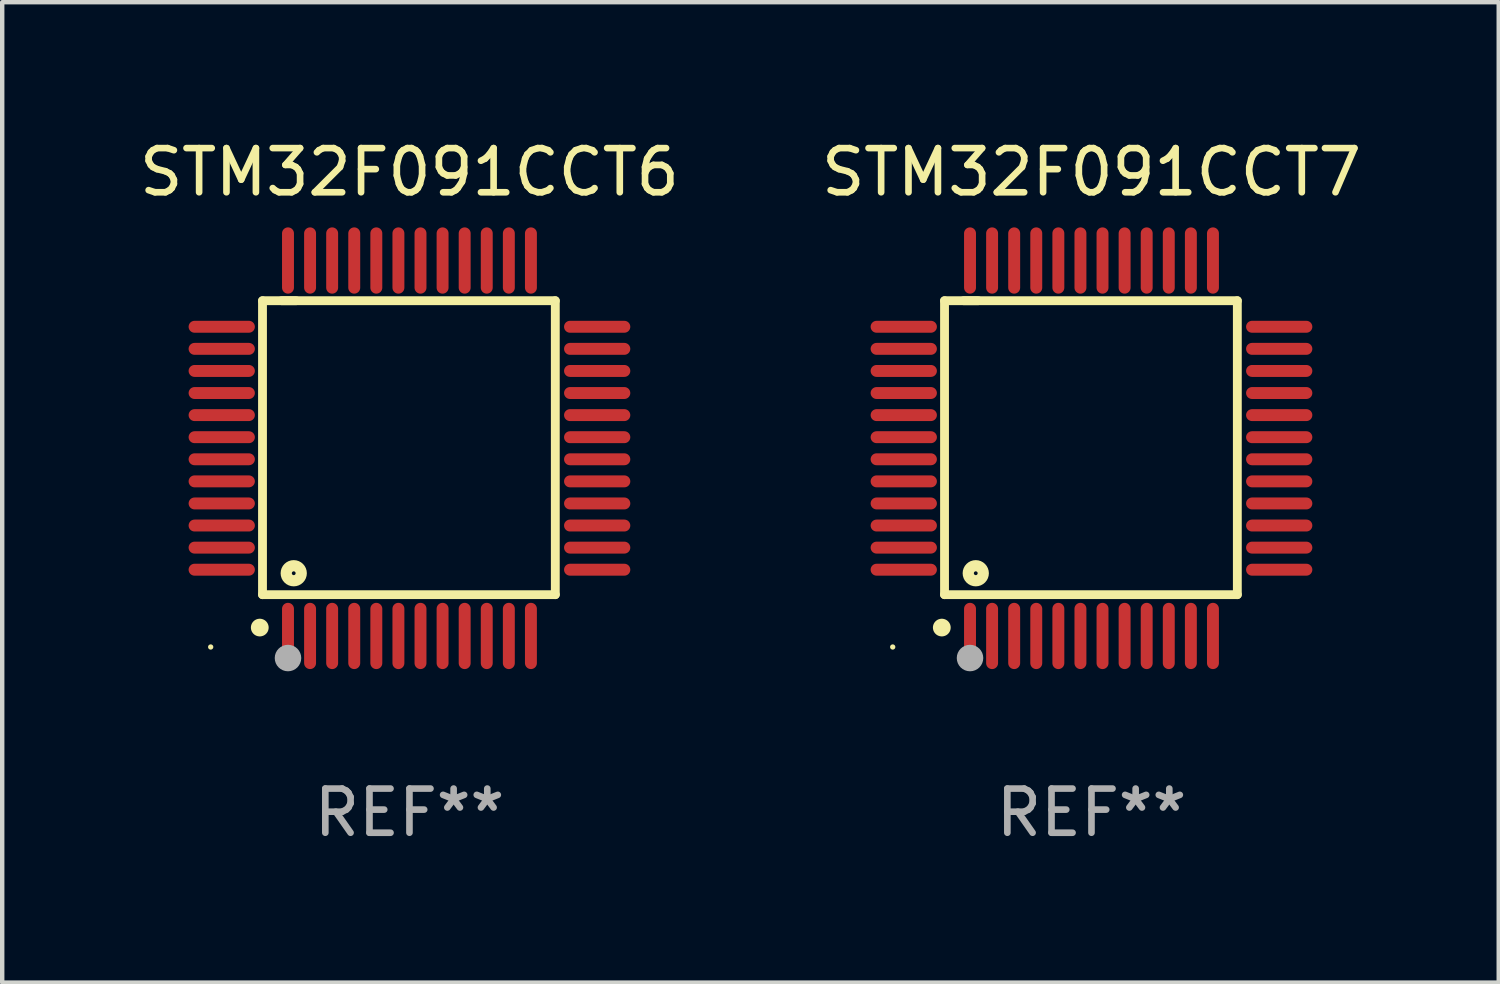
<source format=kicad_pcb>
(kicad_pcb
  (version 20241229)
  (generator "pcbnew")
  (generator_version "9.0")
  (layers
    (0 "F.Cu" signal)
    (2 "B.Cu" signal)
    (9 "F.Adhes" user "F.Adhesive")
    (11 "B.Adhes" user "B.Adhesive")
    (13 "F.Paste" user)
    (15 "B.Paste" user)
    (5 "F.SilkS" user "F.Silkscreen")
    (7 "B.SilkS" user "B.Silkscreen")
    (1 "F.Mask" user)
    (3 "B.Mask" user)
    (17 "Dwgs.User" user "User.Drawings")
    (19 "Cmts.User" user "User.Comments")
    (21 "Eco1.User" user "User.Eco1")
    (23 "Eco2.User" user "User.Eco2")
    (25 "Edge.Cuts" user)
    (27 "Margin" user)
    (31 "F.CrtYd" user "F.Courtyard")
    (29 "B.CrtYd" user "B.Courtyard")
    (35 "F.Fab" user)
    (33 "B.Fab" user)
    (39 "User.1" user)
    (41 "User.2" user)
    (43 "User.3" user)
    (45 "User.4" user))
  (footprint "STM32F091CCT7"
    (layer "F.Cu")
    (at 21.661 7.098)
    (property "Reference" "STM32F091CCT7" (at 0 -6.25 0) (layer "F.SilkS") (effects (font (size 1 1) (thickness 0.15))))
    (attr through_hole)
    (fp_line (start -3.327 -3.34) (end -2.565 -3.34) (stroke (width 0.2) (type solid)) (layer "F.SilkS"))
    (fp_line (start -3.327 3.315) (end -3.327 -3.34) (stroke (width 0.2) (type solid)) (layer "F.SilkS"))
    (fp_line (start -2.896 -3.34) (end 3.302 -3.34) (stroke (width 0.2) (type solid)) (layer "F.SilkS"))
    (fp_line (start 3.302 -3.34) (end 3.302 3.315) (stroke (width 0.2) (type solid)) (layer "F.SilkS"))
    (fp_line (start 3.302 3.315) (end -3.327 3.315) (stroke (width 0.2) (type solid)) (layer "F.SilkS"))
    (fp_arc (start -3.389992 4.059995) (mid -3.388722 4.059991) (end -3.387452 4.059995) (stroke (width 0.4) (type solid)) (layer "F.SilkS"))
    (fp_circle (center -4.5 4.5) (end -4.47 4.5) (stroke (width 0.06) (type solid)) (fill no) (layer "F.SilkS"))
    (fp_circle (center -2.62 2.83) (end -2.45 2.83) (stroke (width 0.254) (type solid)) (fill no) (layer "F.SilkS"))
    (fp_circle (center -2.75 4.75) (end -2.6 4.75) (stroke (width 0.3) (type solid)) (fill no) (layer "F.Fab"))
    (fp_text user "REF**" (at 0 8.25 0) (layer "F.Fab") (effects (font (size 1 1) (thickness 0.15))))
    (pad "1" smd oval (at -2.75 4.25) (size 0.27 1.5) (layers "F.Cu" "F.Mask" "F.Paste"))
    (pad "2" smd oval (at -2.25 4.25) (size 0.27 1.5) (layers "F.Cu" "F.Mask" "F.Paste"))
    (pad "3" smd oval (at -1.75 4.25) (size 0.27 1.5) (layers "F.Cu" "F.Mask" "F.Paste"))
    (pad "4" smd oval (at -1.25 4.25) (size 0.27 1.5) (layers "F.Cu" "F.Mask" "F.Paste"))
    (pad "5" smd oval (at -0.75 4.25) (size 0.27 1.5) (layers "F.Cu" "F.Mask" "F.Paste"))
    (pad "6" smd oval (at -0.25 4.25) (size 0.27 1.5) (layers "F.Cu" "F.Mask" "F.Paste"))
    (pad "7" smd oval (at 0.25 4.25) (size 0.27 1.5) (layers "F.Cu" "F.Mask" "F.Paste"))
    (pad "8" smd oval (at 0.75 4.25) (size 0.27 1.5) (layers "F.Cu" "F.Mask" "F.Paste"))
    (pad "9" smd oval (at 1.25 4.25) (size 0.27 1.5) (layers "F.Cu" "F.Mask" "F.Paste"))
    (pad "10" smd oval (at 1.75 4.25) (size 0.27 1.5) (layers "F.Cu" "F.Mask" "F.Paste"))
    (pad "11" smd oval (at 2.25 4.25) (size 0.27 1.5) (layers "F.Cu" "F.Mask" "F.Paste"))
    (pad "12" smd oval (at 2.75 4.25) (size 0.27 1.5) (layers "F.Cu" "F.Mask" "F.Paste"))
    (pad "13" smd oval (at 4.25 2.75) (size 1.5 0.27) (layers "F.Cu" "F.Mask" "F.Paste"))
    (pad "14" smd oval (at 4.25 2.25) (size 1.5 0.27) (layers "F.Cu" "F.Mask" "F.Paste"))
    (pad "15" smd oval (at 4.25 1.75) (size 1.5 0.27) (layers "F.Cu" "F.Mask" "F.Paste"))
    (pad "16" smd oval (at 4.25 1.25) (size 1.5 0.27) (layers "F.Cu" "F.Mask" "F.Paste"))
    (pad "17" smd oval (at 4.25 0.75) (size 1.5 0.27) (layers "F.Cu" "F.Mask" "F.Paste"))
    (pad "18" smd oval (at 4.25 0.25) (size 1.5 0.27) (layers "F.Cu" "F.Mask" "F.Paste"))
    (pad "19" smd oval (at 4.25 -0.25) (size 1.5 0.27) (layers "F.Cu" "F.Mask" "F.Paste"))
    (pad "20" smd oval (at 4.25 -0.75) (size 1.5 0.27) (layers "F.Cu" "F.Mask" "F.Paste"))
    (pad "21" smd oval (at 4.25 -1.25) (size 1.5 0.27) (layers "F.Cu" "F.Mask" "F.Paste"))
    (pad "22" smd oval (at 4.25 -1.75) (size 1.5 0.27) (layers "F.Cu" "F.Mask" "F.Paste"))
    (pad "23" smd oval (at 4.25 -2.25) (size 1.5 0.27) (layers "F.Cu" "F.Mask" "F.Paste"))
    (pad "24" smd oval (at 4.25 -2.75) (size 1.5 0.27) (layers "F.Cu" "F.Mask" "F.Paste"))
    (pad "25" smd oval (at 2.75 -4.25) (size 0.27 1.5) (layers "F.Cu" "F.Mask" "F.Paste"))
    (pad "26" smd oval (at 2.25 -4.25) (size 0.27 1.5) (layers "F.Cu" "F.Mask" "F.Paste"))
    (pad "27" smd oval (at 1.75 -4.25) (size 0.27 1.5) (layers "F.Cu" "F.Mask" "F.Paste"))
    (pad "28" smd oval (at 1.25 -4.25) (size 0.27 1.5) (layers "F.Cu" "F.Mask" "F.Paste"))
    (pad "29" smd oval (at 0.75 -4.25) (size 0.27 1.5) (layers "F.Cu" "F.Mask" "F.Paste"))
    (pad "30" smd oval (at 0.25 -4.25) (size 0.27 1.5) (layers "F.Cu" "F.Mask" "F.Paste"))
    (pad "31" smd oval (at -0.25 -4.25) (size 0.27 1.5) (layers "F.Cu" "F.Mask" "F.Paste"))
    (pad "32" smd oval (at -0.75 -4.25) (size 0.27 1.5) (layers "F.Cu" "F.Mask" "F.Paste"))
    (pad "33" smd oval (at -1.25 -4.25) (size 0.27 1.5) (layers "F.Cu" "F.Mask" "F.Paste"))
    (pad "34" smd oval (at -1.75 -4.25) (size 0.27 1.5) (layers "F.Cu" "F.Mask" "F.Paste"))
    (pad "35" smd oval (at -2.25 -4.25) (size 0.27 1.5) (layers "F.Cu" "F.Mask" "F.Paste"))
    (pad "36" smd oval (at -2.75 -4.25) (size 0.27 1.5) (layers "F.Cu" "F.Mask" "F.Paste"))
    (pad "37" smd oval (at -4.25 -2.75) (size 1.5 0.27) (layers "F.Cu" "F.Mask" "F.Paste"))
    (pad "38" smd oval (at -4.25 -2.25) (size 1.5 0.27) (layers "F.Cu" "F.Mask" "F.Paste"))
    (pad "39" smd oval (at -4.25 -1.75) (size 1.5 0.27) (layers "F.Cu" "F.Mask" "F.Paste"))
    (pad "40" smd oval (at -4.25 -1.25) (size 1.5 0.27) (layers "F.Cu" "F.Mask" "F.Paste"))
    (pad "41" smd oval (at -4.25 -0.75) (size 1.5 0.27) (layers "F.Cu" "F.Mask" "F.Paste"))
    (pad "42" smd oval (at -4.25 -0.25) (size 1.5 0.27) (layers "F.Cu" "F.Mask" "F.Paste"))
    (pad "43" smd oval (at -4.25 0.25) (size 1.5 0.27) (layers "F.Cu" "F.Mask" "F.Paste"))
    (pad "44" smd oval (at -4.25 0.75) (size 1.5 0.27) (layers "F.Cu" "F.Mask" "F.Paste"))
    (pad "45" smd oval (at -4.25 1.25) (size 1.5 0.27) (layers "F.Cu" "F.Mask" "F.Paste"))
    (pad "46" smd oval (at -4.25 1.75) (size 1.5 0.27) (layers "F.Cu" "F.Mask" "F.Paste"))
    (pad "47" smd oval (at -4.25 2.25) (size 1.5 0.27) (layers "F.Cu" "F.Mask" "F.Paste"))
    (pad "48" smd oval (at -4.25 2.75) (size 1.5 0.27) (layers "F.Cu" "F.Mask" "F.Paste")))
  (footprint "STM32F091CCT6"
    (layer "F.Cu")
    (at 6.22 7.098)
    (property "Reference" "STM32F091CCT6" (at 0 -6.25 0) (layer "F.SilkS") (effects (font (size 1 1) (thickness 0.15))))
    (attr through_hole)
    (fp_line (start -3.327 -3.34) (end -2.565 -3.34) (stroke (width 0.2) (type solid)) (layer "F.SilkS"))
    (fp_line (start -3.327 3.315) (end -3.327 -3.34) (stroke (width 0.2) (type solid)) (layer "F.SilkS"))
    (fp_line (start -2.896 -3.34) (end 3.302 -3.34) (stroke (width 0.2) (type solid)) (layer "F.SilkS"))
    (fp_line (start 3.302 -3.34) (end 3.302 3.315) (stroke (width 0.2) (type solid)) (layer "F.SilkS"))
    (fp_line (start 3.302 3.315) (end -3.327 3.315) (stroke (width 0.2) (type solid)) (layer "F.SilkS"))
    (fp_arc (start -3.389992 4.059995) (mid -3.388722 4.059991) (end -3.387452 4.059995) (stroke (width 0.4) (type solid)) (layer "F.SilkS"))
    (fp_circle (center -4.5 4.5) (end -4.47 4.5) (stroke (width 0.06) (type solid)) (fill no) (layer "F.SilkS"))
    (fp_circle (center -2.62 2.83) (end -2.45 2.83) (stroke (width 0.254) (type solid)) (fill no) (layer "F.SilkS"))
    (fp_circle (center -2.75 4.75) (end -2.6 4.75) (stroke (width 0.3) (type solid)) (fill no) (layer "F.Fab"))
    (fp_text user "REF**" (at 0 8.25 0) (layer "F.Fab") (effects (font (size 1 1) (thickness 0.15))))
    (pad "1" smd oval (at -2.75 4.25) (size 0.27 1.5) (layers "F.Cu" "F.Mask" "F.Paste"))
    (pad "2" smd oval (at -2.25 4.25) (size 0.27 1.5) (layers "F.Cu" "F.Mask" "F.Paste"))
    (pad "3" smd oval (at -1.75 4.25) (size 0.27 1.5) (layers "F.Cu" "F.Mask" "F.Paste"))
    (pad "4" smd oval (at -1.25 4.25) (size 0.27 1.5) (layers "F.Cu" "F.Mask" "F.Paste"))
    (pad "5" smd oval (at -0.75 4.25) (size 0.27 1.5) (layers "F.Cu" "F.Mask" "F.Paste"))
    (pad "6" smd oval (at -0.25 4.25) (size 0.27 1.5) (layers "F.Cu" "F.Mask" "F.Paste"))
    (pad "7" smd oval (at 0.25 4.25) (size 0.27 1.5) (layers "F.Cu" "F.Mask" "F.Paste"))
    (pad "8" smd oval (at 0.75 4.25) (size 0.27 1.5) (layers "F.Cu" "F.Mask" "F.Paste"))
    (pad "9" smd oval (at 1.25 4.25) (size 0.27 1.5) (layers "F.Cu" "F.Mask" "F.Paste"))
    (pad "10" smd oval (at 1.75 4.25) (size 0.27 1.5) (layers "F.Cu" "F.Mask" "F.Paste"))
    (pad "11" smd oval (at 2.25 4.25) (size 0.27 1.5) (layers "F.Cu" "F.Mask" "F.Paste"))
    (pad "12" smd oval (at 2.75 4.25) (size 0.27 1.5) (layers "F.Cu" "F.Mask" "F.Paste"))
    (pad "13" smd oval (at 4.25 2.75) (size 1.5 0.27) (layers "F.Cu" "F.Mask" "F.Paste"))
    (pad "14" smd oval (at 4.25 2.25) (size 1.5 0.27) (layers "F.Cu" "F.Mask" "F.Paste"))
    (pad "15" smd oval (at 4.25 1.75) (size 1.5 0.27) (layers "F.Cu" "F.Mask" "F.Paste"))
    (pad "16" smd oval (at 4.25 1.25) (size 1.5 0.27) (layers "F.Cu" "F.Mask" "F.Paste"))
    (pad "17" smd oval (at 4.25 0.75) (size 1.5 0.27) (layers "F.Cu" "F.Mask" "F.Paste"))
    (pad "18" smd oval (at 4.25 0.25) (size 1.5 0.27) (layers "F.Cu" "F.Mask" "F.Paste"))
    (pad "19" smd oval (at 4.25 -0.25) (size 1.5 0.27) (layers "F.Cu" "F.Mask" "F.Paste"))
    (pad "20" smd oval (at 4.25 -0.75) (size 1.5 0.27) (layers "F.Cu" "F.Mask" "F.Paste"))
    (pad "21" smd oval (at 4.25 -1.25) (size 1.5 0.27) (layers "F.Cu" "F.Mask" "F.Paste"))
    (pad "22" smd oval (at 4.25 -1.75) (size 1.5 0.27) (layers "F.Cu" "F.Mask" "F.Paste"))
    (pad "23" smd oval (at 4.25 -2.25) (size 1.5 0.27) (layers "F.Cu" "F.Mask" "F.Paste"))
    (pad "24" smd oval (at 4.25 -2.75) (size 1.5 0.27) (layers "F.Cu" "F.Mask" "F.Paste"))
    (pad "25" smd oval (at 2.75 -4.25) (size 0.27 1.5) (layers "F.Cu" "F.Mask" "F.Paste"))
    (pad "26" smd oval (at 2.25 -4.25) (size 0.27 1.5) (layers "F.Cu" "F.Mask" "F.Paste"))
    (pad "27" smd oval (at 1.75 -4.25) (size 0.27 1.5) (layers "F.Cu" "F.Mask" "F.Paste"))
    (pad "28" smd oval (at 1.25 -4.25) (size 0.27 1.5) (layers "F.Cu" "F.Mask" "F.Paste"))
    (pad "29" smd oval (at 0.75 -4.25) (size 0.27 1.5) (layers "F.Cu" "F.Mask" "F.Paste"))
    (pad "30" smd oval (at 0.25 -4.25) (size 0.27 1.5) (layers "F.Cu" "F.Mask" "F.Paste"))
    (pad "31" smd oval (at -0.25 -4.25) (size 0.27 1.5) (layers "F.Cu" "F.Mask" "F.Paste"))
    (pad "32" smd oval (at -0.75 -4.25) (size 0.27 1.5) (layers "F.Cu" "F.Mask" "F.Paste"))
    (pad "33" smd oval (at -1.25 -4.25) (size 0.27 1.5) (layers "F.Cu" "F.Mask" "F.Paste"))
    (pad "34" smd oval (at -1.75 -4.25) (size 0.27 1.5) (layers "F.Cu" "F.Mask" "F.Paste"))
    (pad "35" smd oval (at -2.25 -4.25) (size 0.27 1.5) (layers "F.Cu" "F.Mask" "F.Paste"))
    (pad "36" smd oval (at -2.75 -4.25) (size 0.27 1.5) (layers "F.Cu" "F.Mask" "F.Paste"))
    (pad "37" smd oval (at -4.25 -2.75) (size 1.5 0.27) (layers "F.Cu" "F.Mask" "F.Paste"))
    (pad "38" smd oval (at -4.25 -2.25) (size 1.5 0.27) (layers "F.Cu" "F.Mask" "F.Paste"))
    (pad "39" smd oval (at -4.25 -1.75) (size 1.5 0.27) (layers "F.Cu" "F.Mask" "F.Paste"))
    (pad "40" smd oval (at -4.25 -1.25) (size 1.5 0.27) (layers "F.Cu" "F.Mask" "F.Paste"))
    (pad "41" smd oval (at -4.25 -0.75) (size 1.5 0.27) (layers "F.Cu" "F.Mask" "F.Paste"))
    (pad "42" smd oval (at -4.25 -0.25) (size 1.5 0.27) (layers "F.Cu" "F.Mask" "F.Paste"))
    (pad "43" smd oval (at -4.25 0.25) (size 1.5 0.27) (layers "F.Cu" "F.Mask" "F.Paste"))
    (pad "44" smd oval (at -4.25 0.75) (size 1.5 0.27) (layers "F.Cu" "F.Mask" "F.Paste"))
    (pad "45" smd oval (at -4.25 1.25) (size 1.5 0.27) (layers "F.Cu" "F.Mask" "F.Paste"))
    (pad "46" smd oval (at -4.25 1.75) (size 1.5 0.27) (layers "F.Cu" "F.Mask" "F.Paste"))
    (pad "47" smd oval (at -4.25 2.25) (size 1.5 0.27) (layers "F.Cu" "F.Mask" "F.Paste"))
    (pad "48" smd oval (at -4.25 2.75) (size 1.5 0.27) (layers "F.Cu" "F.Mask" "F.Paste")))
  (gr_rect
    (start -3 -3)
    (end 30.881 19.196)
    (stroke (width 0.1) (type default))
    (fill no)
    (layer "Edge.Cuts")))
</source>
